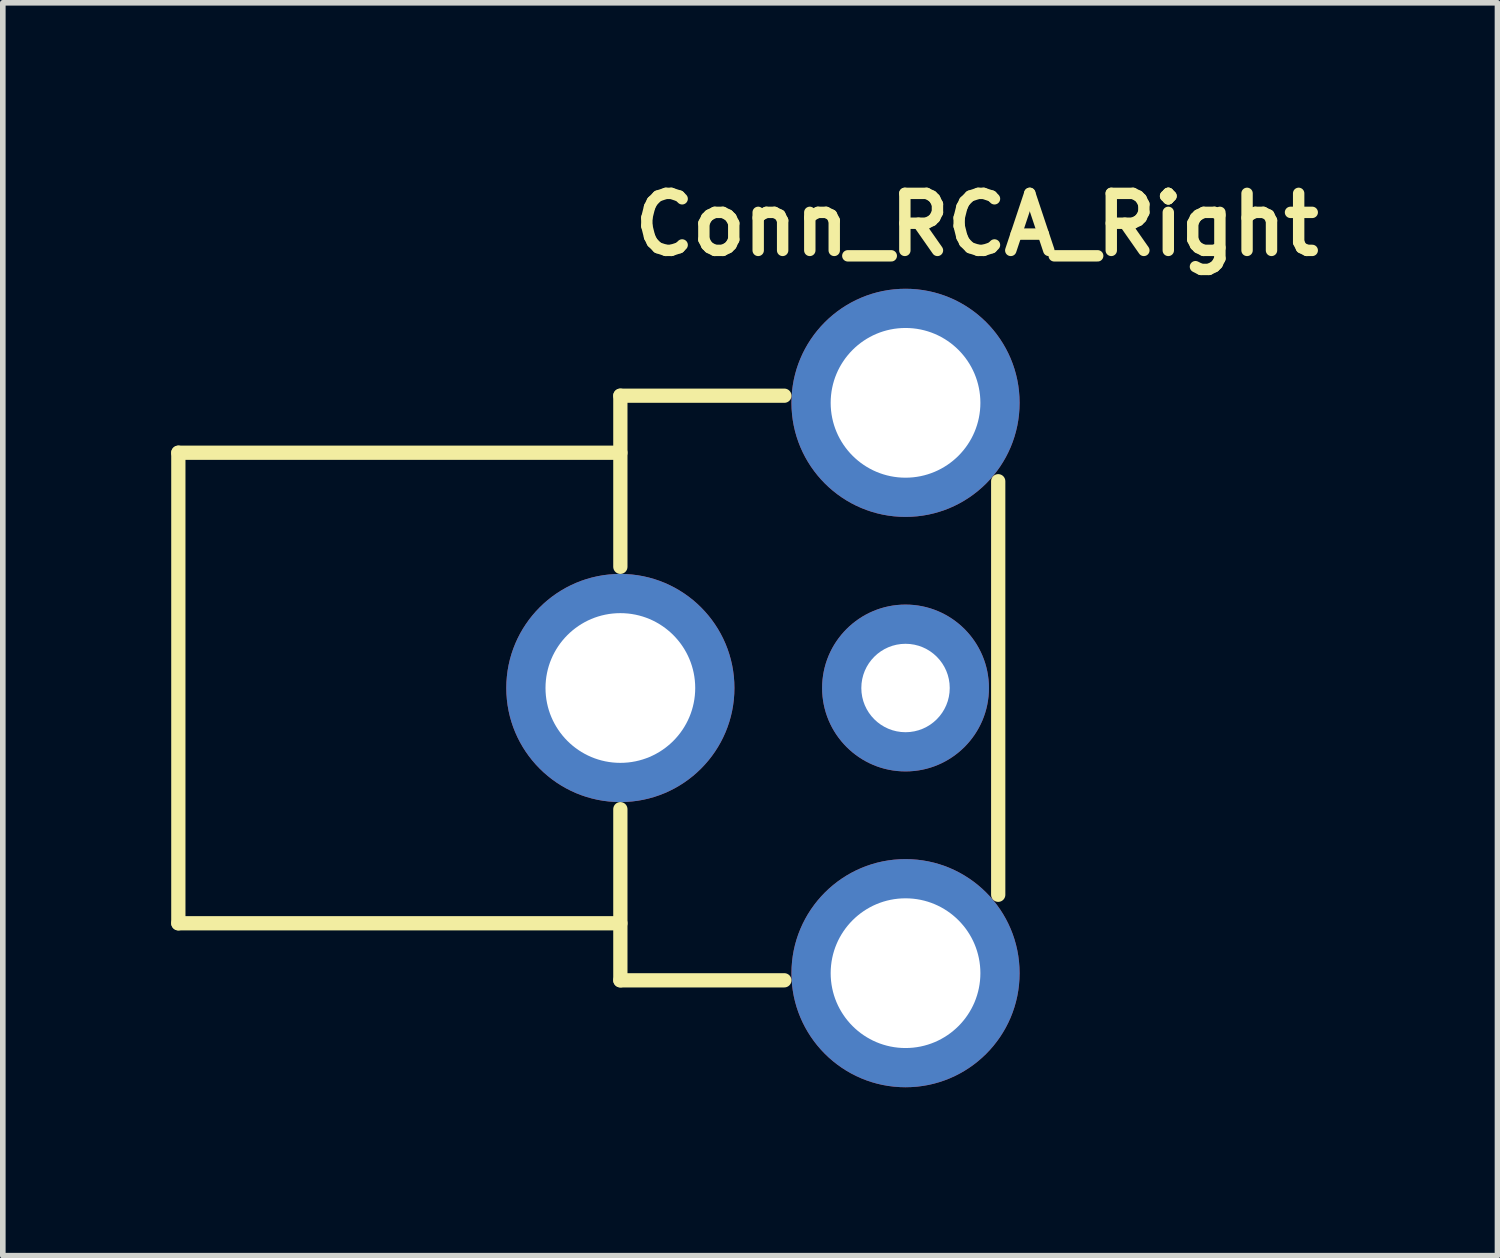
<source format=kicad_pcb>
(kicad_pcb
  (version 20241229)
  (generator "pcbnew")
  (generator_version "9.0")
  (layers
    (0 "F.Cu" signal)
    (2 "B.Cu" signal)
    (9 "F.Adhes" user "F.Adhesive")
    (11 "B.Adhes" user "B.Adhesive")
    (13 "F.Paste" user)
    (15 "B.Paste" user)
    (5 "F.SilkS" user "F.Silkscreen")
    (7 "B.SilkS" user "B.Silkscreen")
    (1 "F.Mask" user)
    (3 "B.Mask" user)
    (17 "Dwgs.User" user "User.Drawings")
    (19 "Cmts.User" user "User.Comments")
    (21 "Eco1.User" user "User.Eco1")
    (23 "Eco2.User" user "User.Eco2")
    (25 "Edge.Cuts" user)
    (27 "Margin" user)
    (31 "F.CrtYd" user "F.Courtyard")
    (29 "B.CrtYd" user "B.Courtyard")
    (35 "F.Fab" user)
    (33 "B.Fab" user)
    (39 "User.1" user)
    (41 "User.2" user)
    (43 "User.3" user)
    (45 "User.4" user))
  (footprint "Conn_RCA_Right"
    (layer "F.Cu")
    (at 8.001 9.206)
    (property "Reference" "Conn_RCA_Right" (at 6.35 -8.255 0) (layer "F.SilkS") (effects (font (size 1.016 1.016) (thickness 0.203))))
    (attr through_hole)
    (fp_line (start -7.874 -4.191) (end -7.874 4.191) (stroke (width 0.254) (type solid)) (layer "F.SilkS"))
    (fp_line (start -7.874 4.191) (end 0 4.191) (stroke (width 0.254) (type solid)) (layer "F.SilkS"))
    (fp_line (start 0 -5.207) (end 2.921 -5.207) (stroke (width 0.254) (type solid)) (layer "F.SilkS"))
    (fp_line (start 0 -4.191) (end -7.874 -4.191) (stroke (width 0.254) (type solid)) (layer "F.SilkS"))
    (fp_line (start 0 -2.159) (end 0 -5.207) (stroke (width 0.254) (type solid)) (layer "F.SilkS"))
    (fp_line (start 0 2.159) (end 0 5.207) (stroke (width 0.254) (type solid)) (layer "F.SilkS"))
    (fp_line (start 0 5.207) (end 2.921 5.207) (stroke (width 0.254) (type solid)) (layer "F.SilkS"))
    (fp_line (start 6.731 3.683) (end 6.731 -3.683) (stroke (width 0.254) (type solid)) (layer "F.SilkS"))
    (pad "1" thru_hole circle (at 5.08 0) (size 2.972 2.972) (drill 1.575) (layers "*.Cu" "*.Mask"))
    (pad "2" thru_hole circle (at 0 0) (size 4.064 4.064) (drill 2.667) (layers "*.Cu" "*.Mask"))
    (pad "2" thru_hole circle (at 5.08 -5.08) (size 4.064 4.064) (drill 2.667) (layers "*.Cu" "*.Mask"))
    (pad "2" thru_hole circle (at 5.08 5.08) (size 4.064 4.064) (drill 2.667) (layers "*.Cu" "*.Mask")))
  (gr_rect
    (start -3 -3)
    (end 23.626 19.318)
    (stroke (width 0.1) (type default))
    (fill no)
    (layer "Edge.Cuts")))
</source>
